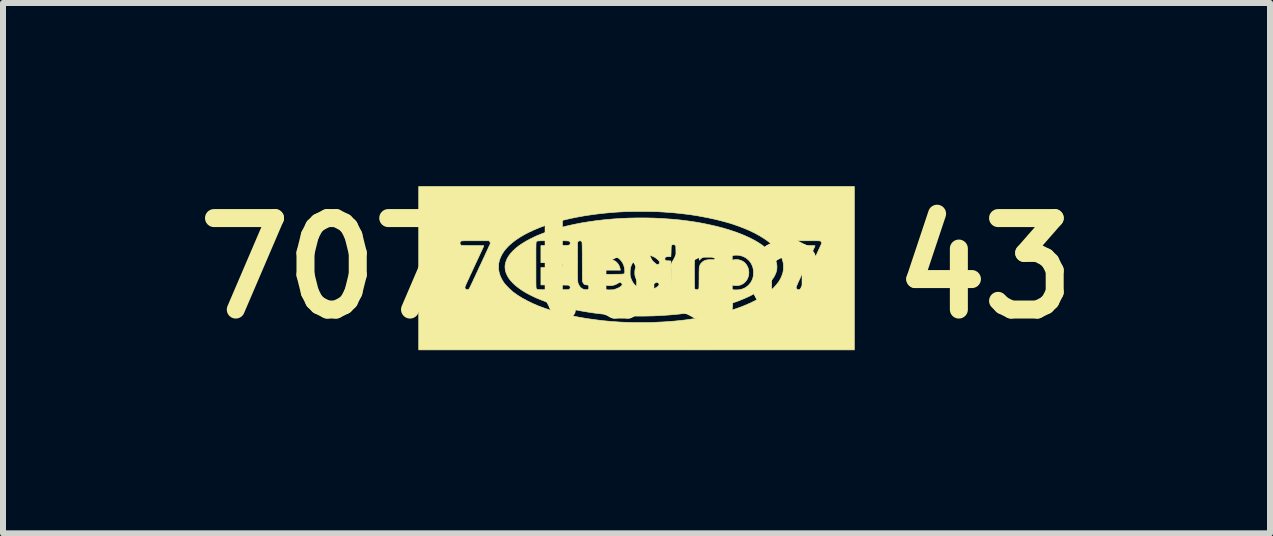
<source format=kicad_pcb>
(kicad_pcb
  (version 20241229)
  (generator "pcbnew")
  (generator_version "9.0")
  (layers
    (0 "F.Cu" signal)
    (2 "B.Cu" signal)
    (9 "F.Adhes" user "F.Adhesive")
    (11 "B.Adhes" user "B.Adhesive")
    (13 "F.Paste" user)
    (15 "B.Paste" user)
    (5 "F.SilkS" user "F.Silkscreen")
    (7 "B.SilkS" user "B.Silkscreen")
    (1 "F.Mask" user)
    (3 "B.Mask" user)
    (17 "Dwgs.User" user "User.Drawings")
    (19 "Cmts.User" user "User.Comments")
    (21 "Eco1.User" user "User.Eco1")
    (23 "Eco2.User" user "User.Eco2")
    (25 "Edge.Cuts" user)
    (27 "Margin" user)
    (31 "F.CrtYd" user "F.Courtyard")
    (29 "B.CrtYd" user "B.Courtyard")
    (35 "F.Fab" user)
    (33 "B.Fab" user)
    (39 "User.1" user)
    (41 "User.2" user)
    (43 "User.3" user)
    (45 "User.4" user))
  (footprint "707 logo 43"
    (layer "F.Cu")
    (at 7.555 1.418)
    (property "Reference" "707 logo 43" (at 0 0 0) (layer "F.SilkS") (effects (font (size 1.524 1.524) (thickness 0.3))))
    (attr through_hole)
    (fp_poly (pts (xy -0.417 -0.142) (xy -0.383 -0.132) (xy -0.353 -0.116) (xy -0.327 -0.094) (xy -0.305 -0.067) (xy -0.288 -0.037) (xy -0.276 -0.002) (xy -0.274 0.007) (xy -0.269 0.033) (xy -0.65 0.033) (xy -0.648 0.016) (xy -0.64 -0.015) (xy -0.626 -0.045) (xy -0.607 -0.073) (xy -0.585 -0.098) (xy -0.56 -0.118) (xy -0.558 -0.119) (xy -0.534 -0.131) (xy -0.505 -0.139) (xy -0.474 -0.144) (xy -0.443 -0.145) (xy -0.417 -0.142)) (stroke (width 0.01) (type solid)) (fill yes) (layer "F.SilkS"))
    (fp_poly (pts (xy 1.683 -0.143) (xy 1.701 -0.14) (xy 1.738 -0.13) (xy 1.772 -0.114) (xy 1.802 -0.092) (xy 1.826 -0.065) (xy 1.846 -0.033) (xy 1.861 0.003) (xy 1.867 0.029) (xy 1.872 0.069) (xy 1.869 0.108) (xy 1.861 0.144) (xy 1.847 0.179) (xy 1.828 0.209) (xy 1.804 0.236) (xy 1.775 0.259) (xy 1.742 0.276) (xy 1.715 0.285) (xy 1.695 0.288) (xy 1.671 0.29) (xy 1.646 0.29) (xy 1.623 0.288) (xy 1.607 0.285) (xy 1.571 0.271) (xy 1.538 0.252) (xy 1.509 0.228) (xy 1.486 0.198) (xy 1.467 0.164) (xy 1.458 0.138) (xy 1.453 0.116) (xy 1.451 0.089) (xy 1.451 0.061) (xy 1.453 0.035) (xy 1.456 0.015) (xy 1.47 -0.022) (xy 1.489 -0.055) (xy 1.512 -0.084) (xy 1.54 -0.107) (xy 1.572 -0.125) (xy 1.607 -0.137) (xy 1.644 -0.143) (xy 1.683 -0.143)) (stroke (width 0.01) (type solid)) (fill yes) (layer "F.SilkS"))
    (fp_poly (pts (xy 3.629 1.361) (xy -3.629 1.361) (xy -3.629 -0.425) (xy -2.941 -0.425) (xy -2.94 -0.409) (xy -2.937 -0.4) (xy -2.93 -0.39) (xy -2.923 -0.383) (xy -2.921 -0.382) (xy -2.917 -0.381) (xy -2.909 -0.38) (xy -2.898 -0.379) (xy -2.881 -0.379) (xy -2.86 -0.378) (xy -2.833 -0.378) (xy -2.801 -0.378) (xy -2.761 -0.377) (xy -2.728 -0.377) (xy -2.685 -0.377) (xy -2.648 -0.377) (xy -2.615 -0.377) (xy -2.588 -0.376) (xy -2.568 -0.376) (xy -2.553 -0.375) (xy -2.545 -0.374) (xy -2.544 -0.374) (xy -2.545 -0.37) (xy -2.549 -0.36) (xy -2.556 -0.345) (xy -2.565 -0.325) (xy -2.576 -0.302) (xy -2.589 -0.274) (xy -2.603 -0.244) (xy -2.618 -0.212) (xy -2.622 -0.202) (xy -2.654 -0.134) (xy -2.683 -0.072) (xy -2.709 -0.016) (xy -2.732 0.034) (xy -2.753 0.079) (xy -2.772 0.119) (xy -2.788 0.155) (xy -2.802 0.185) (xy -2.814 0.212) (xy -2.825 0.235) (xy -2.834 0.254) (xy -2.841 0.271) (xy -2.846 0.284) (xy -2.851 0.295) (xy -2.854 0.303) (xy -2.857 0.31) (xy -2.858 0.314) (xy -2.859 0.318) (xy -2.859 0.32) (xy -2.859 0.32) (xy -2.856 0.336) (xy -2.848 0.348) (xy -2.836 0.355) (xy -2.821 0.358) (xy -2.806 0.356) (xy -2.799 0.352) (xy -2.789 0.343) (xy -2.779 0.328) (xy -2.778 0.324) (xy -2.767 0.301) (xy -2.754 0.274) (xy -2.739 0.243) (xy -2.723 0.209) (xy -2.706 0.171) (xy -2.687 0.132) (xy -2.668 0.09) (xy -2.648 0.048) (xy -2.628 0.004) (xy -2.614 -0.025) (xy -2.3 -0.025) (xy -2.297 0.028) (xy -2.287 0.08) (xy -2.27 0.132) (xy -2.245 0.184) (xy -2.214 0.235) (xy -2.211 0.239) (xy -2.196 0.259) (xy -2.177 0.281) (xy -2.154 0.305) (xy -2.13 0.33) (xy -2.105 0.354) (xy -2.081 0.376) (xy -2.059 0.395) (xy -2.054 0.399) (xy -1.984 0.449) (xy -1.907 0.497) (xy -1.824 0.542) (xy -1.735 0.586) (xy -1.64 0.627) (xy -1.539 0.665) (xy -1.432 0.701) (xy -1.321 0.734) (xy -1.205 0.764) (xy -1.084 0.792) (xy -0.958 0.817) (xy -0.829 0.839) (xy -0.695 0.858) (xy -0.558 0.875) (xy -0.418 0.888) (xy -0.274 0.898) (xy -0.156 0.903) (xy -0.121 0.904) (xy -0.08 0.905) (xy -0.035 0.906) (xy 0.013 0.906) (xy 0.063 0.906) (xy 0.113 0.906) (xy 0.161 0.906) (xy 0.207 0.906) (xy 0.249 0.905) (xy 0.286 0.904) (xy 0.294 0.903) (xy 0.471 0.894) (xy 0.642 0.881) (xy 0.809 0.863) (xy 0.97 0.84) (xy 1.126 0.814) (xy 1.276 0.783) (xy 1.421 0.747) (xy 1.48 0.731) (xy 1.587 0.699) (xy 1.688 0.665) (xy 1.784 0.629) (xy 1.873 0.591) (xy 1.957 0.551) (xy 2.035 0.509) (xy 2.107 0.466) (xy 2.172 0.421) (xy 2.231 0.375) (xy 2.283 0.328) (xy 2.328 0.279) (xy 2.367 0.229) (xy 2.388 0.195) (xy 2.405 0.163) (xy 2.42 0.128) (xy 2.433 0.093) (xy 2.439 0.07) (xy 2.444 0.044) (xy 2.447 0.013) (xy 2.448 -0.02) (xy 2.447 -0.053) (xy 2.444 -0.084) (xy 2.439 -0.11) (xy 2.439 -0.11) (xy 2.424 -0.16) (xy 2.403 -0.208) (xy 2.376 -0.255) (xy 2.343 -0.3) (xy 2.303 -0.346) (xy 2.284 -0.365) (xy 2.257 -0.391) (xy 2.231 -0.415) (xy 2.229 -0.417) (xy 2.576 -0.417) (xy 2.579 -0.405) (xy 2.586 -0.393) (xy 2.595 -0.384) (xy 2.6 -0.381) (xy 2.606 -0.38) (xy 2.618 -0.379) (xy 2.637 -0.379) (xy 2.662 -0.378) (xy 2.691 -0.378) (xy 2.726 -0.378) (xy 2.765 -0.377) (xy 2.793 -0.377) (xy 2.834 -0.377) (xy 2.869 -0.377) (xy 2.897 -0.377) (xy 2.92 -0.377) (xy 2.938 -0.377) (xy 2.952 -0.376) (xy 2.961 -0.376) (xy 2.968 -0.375) (xy 2.972 -0.374) (xy 2.974 -0.373) (xy 2.975 -0.372) (xy 2.974 -0.371) (xy 2.973 -0.367) (xy 2.968 -0.357) (xy 2.961 -0.341) (xy 2.951 -0.32) (xy 2.939 -0.294) (xy 2.925 -0.263) (xy 2.909 -0.229) (xy 2.892 -0.192) (xy 2.873 -0.151) (xy 2.853 -0.108) (xy 2.832 -0.063) (xy 2.817 -0.033) (xy 2.789 0.028) (xy 2.764 0.082) (xy 2.742 0.13) (xy 2.723 0.172) (xy 2.706 0.208) (xy 2.692 0.239) (xy 2.681 0.264) (xy 2.673 0.284) (xy 2.666 0.299) (xy 2.662 0.31) (xy 2.661 0.315) (xy 2.661 0.316) (xy 2.66 0.328) (xy 2.663 0.337) (xy 2.667 0.342) (xy 2.68 0.354) (xy 2.695 0.359) (xy 2.711 0.357) (xy 2.718 0.354) (xy 2.727 0.346) (xy 2.737 0.332) (xy 2.739 0.327) (xy 2.743 0.32) (xy 2.749 0.307) (xy 2.758 0.288) (xy 2.769 0.265) (xy 2.782 0.237) (xy 2.796 0.206) (xy 2.813 0.171) (xy 2.83 0.134) (xy 2.848 0.095) (xy 2.867 0.054) (xy 2.887 0.012) (xy 2.907 -0.031) (xy 2.927 -0.074) (xy 2.947 -0.116) (xy 2.966 -0.158) (xy 2.985 -0.198) (xy 3.003 -0.236) (xy 3.019 -0.272) (xy 3.034 -0.304) (xy 3.048 -0.334) (xy 3.059 -0.359) (xy 3.069 -0.38) (xy 3.076 -0.395) (xy 3.081 -0.405) (xy 3.082 -0.409) (xy 3.083 -0.421) (xy 3.079 -0.434) (xy 3.071 -0.446) (xy 3.067 -0.45) (xy 3.065 -0.451) (xy 3.063 -0.453) (xy 3.059 -0.454) (xy 3.054 -0.455) (xy 3.047 -0.455) (xy 3.037 -0.456) (xy 3.024 -0.456) (xy 3.008 -0.457) (xy 2.987 -0.457) (xy 2.961 -0.457) (xy 2.93 -0.457) (xy 2.893 -0.457) (xy 2.849 -0.457) (xy 2.833 -0.457) (xy 2.786 -0.457) (xy 2.745 -0.457) (xy 2.71 -0.457) (xy 2.681 -0.457) (xy 2.657 -0.456) (xy 2.638 -0.456) (xy 2.622 -0.455) (xy 2.611 -0.454) (xy 2.602 -0.452) (xy 2.595 -0.45) (xy 2.591 -0.448) (xy 2.587 -0.445) (xy 2.585 -0.442) (xy 2.583 -0.438) (xy 2.582 -0.436) (xy 2.578 -0.425) (xy 2.576 -0.417) (xy 2.229 -0.417) (xy 2.205 -0.436) (xy 2.177 -0.458) (xy 2.145 -0.48) (xy 2.128 -0.492) (xy 2.049 -0.541) (xy 1.963 -0.588) (xy 1.871 -0.632) (xy 1.772 -0.673) (xy 1.667 -0.712) (xy 1.556 -0.749) (xy 1.438 -0.782) (xy 1.315 -0.813) (xy 1.186 -0.841) (xy 1.052 -0.866) (xy 1.015 -0.873) (xy 0.938 -0.885) (xy 0.862 -0.896) (xy 0.786 -0.905) (xy 0.708 -0.914) (xy 0.628 -0.922) (xy 0.544 -0.929) (xy 0.455 -0.935) (xy 0.372 -0.94) (xy 0.347 -0.942) (xy 0.317 -0.943) (xy 0.281 -0.943) (xy 0.24 -0.944) (xy 0.196 -0.945) (xy 0.15 -0.945) (xy 0.102 -0.945) (xy 0.053 -0.945) (xy 0.005 -0.945) (xy -0.041 -0.945) (xy -0.086 -0.944) (xy -0.127 -0.944) (xy -0.163 -0.943) (xy -0.195 -0.942) (xy -0.22 -0.941) (xy -0.223 -0.94) (xy -0.318 -0.935) (xy -0.406 -0.928) (xy -0.489 -0.921) (xy -0.569 -0.913) (xy -0.647 -0.904) (xy -0.723 -0.894) (xy -0.799 -0.883) (xy -0.866 -0.873) (xy -0.988 -0.851) (xy -1.106 -0.827) (xy -1.22 -0.8) (xy -1.328 -0.771) (xy -1.432 -0.741) (xy -1.531 -0.708) (xy -1.625 -0.673) (xy -1.713 -0.636) (xy -1.796 -0.597) (xy -1.873 -0.557) (xy -1.944 -0.515) (xy -2.01 -0.471) (xy -2.069 -0.426) (xy -2.122 -0.38) (xy -2.168 -0.332) (xy -2.208 -0.283) (xy -2.24 -0.233) (xy -2.266 -0.181) (xy -2.285 -0.13) (xy -2.296 -0.077) (xy -2.3 -0.025) (xy -2.614 -0.025) (xy -2.607 -0.04) (xy -2.587 -0.083) (xy -2.567 -0.126) (xy -2.548 -0.167) (xy -2.529 -0.207) (xy -2.512 -0.245) (xy -2.496 -0.279) (xy -2.481 -0.311) (xy -2.468 -0.339) (xy -2.458 -0.362) (xy -2.449 -0.38) (xy -2.443 -0.393) (xy -2.44 -0.401) (xy -2.439 -0.402) (xy -2.436 -0.419) (xy -2.439 -0.432) (xy -2.448 -0.446) (xy -2.449 -0.447) (xy -2.46 -0.457) (xy -2.686 -0.457) (xy -2.732 -0.457) (xy -2.771 -0.457) (xy -2.805 -0.457) (xy -2.832 -0.457) (xy -2.855 -0.457) (xy -2.873 -0.456) (xy -2.888 -0.456) (xy -2.899 -0.455) (xy -2.907 -0.455) (xy -2.913 -0.454) (xy -2.917 -0.453) (xy -2.921 -0.452) (xy -2.923 -0.45) (xy -2.924 -0.45) (xy -2.935 -0.439) (xy -2.941 -0.425) (xy -3.629 -0.425) (xy -3.629 -1.361) (xy 3.629 -1.361) (xy 3.629 1.361)) (stroke (width 0.01) (type solid)) (fill yes) (layer "F.SilkS"))
    (fp_poly (pts (xy 0.15 -0.837) (xy 0.291 -0.834) (xy 0.432 -0.827) (xy 0.573 -0.817) (xy 0.626 -0.813) (xy 0.752 -0.8) (xy 0.876 -0.784) (xy 0.996 -0.766) (xy 1.114 -0.745) (xy 1.227 -0.721) (xy 1.337 -0.696) (xy 1.442 -0.668) (xy 1.544 -0.638) (xy 1.64 -0.606) (xy 1.732 -0.572) (xy 1.818 -0.536) (xy 1.899 -0.498) (xy 1.974 -0.459) (xy 2.043 -0.418) (xy 2.105 -0.375) (xy 2.161 -0.331) (xy 2.208 -0.288) (xy 2.248 -0.244) (xy 2.281 -0.2) (xy 2.307 -0.156) (xy 2.325 -0.111) (xy 2.336 -0.067) (xy 2.34 -0.022) (xy 2.337 0.023) (xy 2.326 0.068) (xy 2.308 0.112) (xy 2.283 0.157) (xy 2.251 0.201) (xy 2.211 0.245) (xy 2.21 0.247) (xy 2.168 0.286) (xy 2.123 0.323) (xy 2.072 0.359) (xy 2.016 0.394) (xy 1.955 0.429) (xy 1.886 0.464) (xy 1.881 0.467) (xy 1.788 0.509) (xy 1.688 0.549) (xy 1.582 0.586) (xy 1.47 0.62) (xy 1.353 0.652) (xy 1.231 0.681) (xy 1.105 0.706) (xy 0.975 0.729) (xy 0.842 0.749) (xy 0.705 0.765) (xy 0.565 0.778) (xy 0.424 0.788) (xy 0.28 0.795) (xy 0.134 0.798) (xy -0.013 0.798) (xy -0.149 0.794) (xy -0.286 0.788) (xy -0.422 0.778) (xy -0.555 0.765) (xy -0.686 0.75) (xy -0.813 0.731) (xy -0.937 0.71) (xy -1.058 0.686) (xy -1.174 0.659) (xy -1.286 0.63) (xy -1.393 0.599) (xy -1.495 0.565) (xy -1.592 0.528) (xy -1.683 0.49) (xy -1.768 0.449) (xy -1.847 0.407) (xy -1.905 0.371) (xy -1.964 0.33) (xy -2.017 0.288) (xy -2.063 0.245) (xy -2.102 0.202) (xy -2.134 0.158) (xy -2.159 0.113) (xy -2.177 0.069) (xy -2.186 0.033) (xy -2.191 -0.01) (xy -2.19 -0.049) (xy -1.676 -0.049) (xy -1.676 0.012) (xy -1.676 0.066) (xy -1.676 0.113) (xy -1.676 0.154) (xy -1.676 0.19) (xy -1.676 0.221) (xy -1.676 0.247) (xy -1.675 0.268) (xy -1.675 0.286) (xy -1.675 0.3) (xy -1.674 0.311) (xy -1.674 0.32) (xy -1.673 0.326) (xy -1.672 0.331) (xy -1.671 0.334) (xy -1.67 0.336) (xy -1.669 0.34) (xy -1.667 0.344) (xy -1.664 0.347) (xy -1.661 0.35) (xy -1.656 0.352) (xy -1.65 0.354) (xy -1.641 0.356) (xy -1.629 0.357) (xy -1.614 0.358) (xy -1.594 0.358) (xy -1.571 0.359) (xy -1.542 0.359) (xy -1.508 0.359) (xy -1.468 0.359) (xy -1.421 0.359) (xy -1.39 0.359) (xy -1.34 0.359) (xy -1.298 0.359) (xy -1.262 0.359) (xy -1.231 0.359) (xy -1.205 0.359) (xy -1.185 0.359) (xy -1.168 0.358) (xy -1.155 0.358) (xy -1.145 0.357) (xy -1.137 0.357) (xy -1.132 0.356) (xy -1.128 0.355) (xy -1.125 0.354) (xy -1.122 0.352) (xy -1.122 0.352) (xy -1.111 0.341) (xy -1.105 0.328) (xy -1.105 0.314) (xy -1.112 0.3) (xy -1.122 0.289) (xy -1.125 0.287) (xy -1.127 0.286) (xy -1.131 0.285) (xy -1.135 0.284) (xy -1.142 0.283) (xy -1.152 0.282) (xy -1.164 0.282) (xy -1.18 0.282) (xy -1.2 0.281) (xy -1.225 0.281) (xy -1.256 0.281) (xy -1.292 0.281) (xy -1.334 0.28) (xy -1.363 0.28) (xy -1.593 0.279) (xy -1.593 -0.011) (xy -1.426 -0.011) (xy -1.386 -0.011) (xy -1.352 -0.011) (xy -1.325 -0.011) (xy -1.303 -0.012) (xy -1.285 -0.012) (xy -1.272 -0.013) (xy -1.262 -0.013) (xy -1.255 -0.014) (xy -1.251 -0.015) (xy -1.248 -0.016) (xy -1.237 -0.025) (xy -1.23 -0.038) (xy -1.226 -0.051) (xy -1.226 -0.051) (xy -1.23 -0.064) (xy -1.237 -0.076) (xy -1.248 -0.085) (xy -1.248 -0.085) (xy -1.252 -0.087) (xy -1.257 -0.088) (xy -1.264 -0.089) (xy -1.275 -0.089) (xy -1.289 -0.09) (xy -1.307 -0.09) (xy -1.33 -0.09) (xy -1.359 -0.091) (xy -1.394 -0.091) (xy -1.426 -0.091) (xy -1.593 -0.091) (xy -1.593 -0.377) (xy -1.362 -0.378) (xy -1.314 -0.378) (xy -1.273 -0.379) (xy -1.238 -0.379) (xy -1.208 -0.379) (xy -1.184 -0.38) (xy -1.165 -0.38) (xy -1.149 -0.381) (xy -1.137 -0.382) (xy -1.128 -0.384) (xy -1.122 -0.386) (xy -1.117 -0.388) (xy -1.114 -0.391) (xy -1.112 -0.394) (xy -1.11 -0.398) (xy -1.108 -0.403) (xy -1.104 -0.412) (xy -1.104 -0.42) (xy -1.107 -0.43) (xy -1.108 -0.432) (xy -0.983 -0.432) (xy -0.983 -0.112) (xy -0.983 -0.054) (xy -0.983 -0.003) (xy -0.983 0.042) (xy -0.983 0.081) (xy -0.983 0.114) (xy -0.982 0.143) (xy -0.982 0.168) (xy -0.981 0.188) (xy -0.98 0.205) (xy -0.979 0.219) (xy -0.978 0.231) (xy -0.976 0.24) (xy -0.974 0.249) (xy -0.972 0.256) (xy -0.969 0.263) (xy -0.966 0.269) (xy -0.962 0.276) (xy -0.962 0.277) (xy -0.945 0.306) (xy -0.924 0.328) (xy -0.899 0.345) (xy -0.877 0.354) (xy -0.861 0.357) (xy -0.842 0.359) (xy -0.824 0.358) (xy -0.809 0.356) (xy -0.804 0.354) (xy -0.794 0.348) (xy -0.786 0.341) (xy -0.786 0.341) (xy -0.781 0.328) (xy -0.781 0.312) (xy -0.785 0.298) (xy -0.789 0.292) (xy -0.793 0.287) (xy -0.799 0.284) (xy -0.806 0.282) (xy -0.819 0.28) (xy -0.828 0.279) (xy -0.849 0.277) (xy -0.864 0.272) (xy -0.876 0.264) (xy -0.885 0.252) (xy -0.891 0.24) (xy -0.902 0.22) (xy -0.902 0.087) (xy -0.729 0.087) (xy -0.727 0.112) (xy -0.725 0.133) (xy -0.725 0.133) (xy -0.713 0.177) (xy -0.695 0.218) (xy -0.671 0.255) (xy -0.642 0.287) (xy -0.609 0.315) (xy -0.57 0.337) (xy -0.555 0.344) (xy -0.532 0.352) (xy -0.509 0.357) (xy -0.484 0.361) (xy -0.455 0.362) (xy -0.435 0.361) (xy -0.413 0.361) (xy -0.397 0.36) (xy -0.383 0.358) (xy -0.37 0.355) (xy -0.356 0.35) (xy -0.328 0.34) (xy -0.303 0.329) (xy -0.28 0.317) (xy -0.262 0.304) (xy -0.249 0.292) (xy -0.241 0.281) (xy -0.239 0.274) (xy -0.243 0.26) (xy -0.251 0.248) (xy -0.262 0.239) (xy -0.276 0.237) (xy -0.282 0.237) (xy -0.291 0.241) (xy -0.302 0.247) (xy -0.31 0.252) (xy -0.345 0.271) (xy -0.38 0.283) (xy -0.418 0.29) (xy -0.443 0.291) (xy -0.479 0.289) (xy -0.511 0.282) (xy -0.54 0.27) (xy -0.546 0.267) (xy -0.567 0.254) (xy -0.589 0.236) (xy -0.608 0.216) (xy -0.621 0.2) (xy -0.63 0.182) (xy -0.639 0.16) (xy -0.647 0.137) (xy -0.651 0.117) (xy -0.654 0.102) (xy -0.444 0.102) (xy -0.394 0.102) (xy -0.35 0.101) (xy -0.312 0.101) (xy -0.28 0.101) (xy -0.255 0.1) (xy -0.236 0.099) (xy -0.224 0.098) (xy -0.22 0.098) (xy -0.209 0.093) (xy -0.207 0.091) (xy -0.107 0.091) (xy -0.106 0.117) (xy -0.103 0.139) (xy -0.101 0.147) (xy -0.085 0.192) (xy -0.064 0.233) (xy -0.038 0.269) (xy -0.007 0.299) (xy 0.028 0.325) (xy 0.066 0.344) (xy 0.109 0.357) (xy 0.111 0.357) (xy 0.133 0.361) (xy 0.16 0.362) (xy 0.189 0.362) (xy 0.217 0.361) (xy 0.241 0.357) (xy 0.25 0.356) (xy 0.282 0.345) (xy 0.313 0.331) (xy 0.341 0.315) (xy 0.363 0.296) (xy 0.364 0.294) (xy 0.374 0.281) (xy 0.375 0.267) (xy 0.37 0.254) (xy 0.364 0.246) (xy 0.352 0.239) (xy 0.341 0.236) (xy 0.328 0.238) (xy 0.313 0.246) (xy 0.303 0.252) (xy 0.276 0.269) (xy 0.249 0.28) (xy 0.221 0.287) (xy 0.192 0.289) (xy 0.163 0.29) (xy 0.137 0.287) (xy 0.114 0.282) (xy 0.091 0.273) (xy 0.081 0.269) (xy 0.051 0.25) (xy 0.024 0.225) (xy 0.002 0.196) (xy -0.014 0.163) (xy -0.024 0.132) (xy -0.028 0.106) (xy -0.029 0.076) (xy -0.028 0.046) (xy -0.024 0.018) (xy -0.022 0.006) (xy -0.009 -0.031) (xy 0.009 -0.064) (xy 0.032 -0.091) (xy 0.06 -0.113) (xy 0.091 -0.129) (xy 0.127 -0.14) (xy 0.142 -0.142) (xy 0.18 -0.144) (xy 0.215 -0.138) (xy 0.249 -0.127) (xy 0.281 -0.108) (xy 0.306 -0.087) (xy 0.319 -0.076) (xy 0.328 -0.068) (xy 0.336 -0.064) (xy 0.342 -0.062) (xy 0.349 -0.062) (xy 0.361 -0.063) (xy 0.371 -0.069) (xy 0.374 -0.072) (xy 0.382 -0.084) (xy 0.384 -0.096) (xy 0.381 -0.11) (xy 0.371 -0.125) (xy 0.354 -0.142) (xy 0.34 -0.155) (xy 0.472 -0.155) (xy 0.475 -0.142) (xy 0.481 -0.133) (xy 0.487 -0.128) (xy 0.493 -0.125) (xy 0.502 -0.124) (xy 0.515 -0.123) (xy 0.518 -0.123) (xy 0.534 -0.123) (xy 0.549 -0.122) (xy 0.559 -0.121) (xy 0.559 -0.121) (xy 0.573 -0.119) (xy 0.574 0.036) (xy 0.575 0.075) (xy 0.575 0.108) (xy 0.576 0.135) (xy 0.577 0.157) (xy 0.577 0.175) (xy 0.578 0.188) (xy 0.579 0.199) (xy 0.581 0.208) (xy 0.582 0.214) (xy 0.594 0.248) (xy 0.612 0.279) (xy 0.636 0.306) (xy 0.663 0.328) (xy 0.694 0.345) (xy 0.721 0.354) (xy 0.737 0.356) (xy 0.758 0.358) (xy 0.775 0.358) (xy 0.792 0.358) (xy 0.802 0.357) (xy 0.81 0.355) (xy 0.815 0.351) (xy 0.818 0.348) (xy 0.829 0.336) (xy 0.833 0.323) (xy 0.831 0.308) (xy 0.825 0.294) (xy 0.815 0.285) (xy 0.801 0.281) (xy 0.784 0.279) (xy 0.751 0.277) (xy 0.723 0.269) (xy 0.7 0.256) (xy 0.682 0.237) (xy 0.668 0.213) (xy 0.664 0.204) (xy 0.662 0.199) (xy 0.661 0.194) (xy 0.66 0.187) (xy 0.659 0.179) (xy 0.658 0.168) (xy 0.657 0.154) (xy 0.657 0.137) (xy 0.657 0.114) (xy 0.657 0.086) (xy 0.657 0.067) (xy 0.965 0.067) (xy 0.965 0.106) (xy 0.965 0.144) (xy 0.965 0.18) (xy 0.966 0.215) (xy 0.966 0.247) (xy 0.966 0.275) (xy 0.967 0.3) (xy 0.967 0.319) (xy 0.968 0.333) (xy 0.969 0.341) (xy 0.969 0.342) (xy 0.976 0.349) (xy 0.987 0.355) (xy 1 0.359) (xy 1.004 0.359) (xy 1.014 0.358) (xy 1.023 0.354) (xy 1.032 0.348) (xy 1.038 0.341) (xy 1.039 0.336) (xy 1.04 0.323) (xy 1.04 0.304) (xy 1.041 0.278) (xy 1.041 0.246) (xy 1.041 0.208) (xy 1.042 0.175) (xy 1.042 0.141) (xy 1.042 0.108) (xy 1.042 0.078) (xy 1.372 0.078) (xy 1.373 0.089) (xy 1.375 0.118) (xy 1.378 0.143) (xy 1.384 0.166) (xy 1.393 0.189) (xy 1.402 0.209) (xy 1.425 0.247) (xy 1.453 0.281) (xy 1.486 0.309) (xy 1.524 0.332) (xy 1.566 0.349) (xy 1.597 0.358) (xy 1.615 0.36) (xy 1.638 0.362) (xy 1.664 0.362) (xy 1.69 0.361) (xy 1.713 0.359) (xy 1.726 0.357) (xy 1.769 0.345) (xy 1.809 0.327) (xy 1.844 0.303) (xy 1.875 0.274) (xy 1.901 0.242) (xy 1.922 0.205) (xy 1.938 0.165) (xy 1.947 0.122) (xy 1.95 0.077) (xy 1.948 0.039) (xy 1.94 -0.006) (xy 1.925 -0.048) (xy 1.905 -0.087) (xy 1.878 -0.123) (xy 1.846 -0.153) (xy 1.822 -0.171) (xy 1.784 -0.192) (xy 1.744 -0.206) (xy 1.702 -0.215) (xy 1.659 -0.217) (xy 1.616 -0.214) (xy 1.574 -0.205) (xy 1.534 -0.19) (xy 1.497 -0.169) (xy 1.463 -0.144) (xy 1.449 -0.13) (xy 1.421 -0.095) (xy 1.399 -0.057) (xy 1.384 -0.015) (xy 1.375 0.029) (xy 1.372 0.078) (xy 1.042 0.078) (xy 1.042 0.077) (xy 1.043 0.049) (xy 1.043 0.025) (xy 1.044 0.006) (xy 1.045 -0.007) (xy 1.045 -0.011) (xy 1.052 -0.04) (xy 1.063 -0.066) (xy 1.081 -0.088) (xy 1.086 -0.093) (xy 1.106 -0.11) (xy 1.126 -0.123) (xy 1.149 -0.132) (xy 1.174 -0.138) (xy 1.205 -0.141) (xy 1.241 -0.142) (xy 1.244 -0.142) (xy 1.265 -0.142) (xy 1.281 -0.142) (xy 1.291 -0.143) (xy 1.298 -0.144) (xy 1.303 -0.146) (xy 1.306 -0.149) (xy 1.306 -0.149) (xy 1.314 -0.161) (xy 1.317 -0.176) (xy 1.315 -0.185) (xy 1.307 -0.197) (xy 1.293 -0.206) (xy 1.272 -0.213) (xy 1.246 -0.217) (xy 1.222 -0.218) (xy 1.182 -0.214) (xy 1.145 -0.204) (xy 1.11 -0.187) (xy 1.079 -0.164) (xy 1.07 -0.156) (xy 1.046 -0.132) (xy 1.044 -0.16) (xy 1.041 -0.181) (xy 1.036 -0.196) (xy 1.029 -0.205) (xy 1.018 -0.21) (xy 1.003 -0.211) (xy 0.986 -0.209) (xy 0.975 -0.202) (xy 0.969 -0.193) (xy 0.968 -0.188) (xy 0.968 -0.176) (xy 0.967 -0.159) (xy 0.967 -0.136) (xy 0.966 -0.109) (xy 0.966 -0.078) (xy 0.965 -0.044) (xy 0.965 -0.008) (xy 0.965 0.029) (xy 0.965 0.067) (xy 0.657 0.067) (xy 0.657 0.052) (xy 0.657 0.033) (xy 0.657 -0.12) (xy 0.699 -0.12) (xy 0.73 -0.12) (xy 0.755 -0.122) (xy 0.773 -0.123) (xy 0.787 -0.126) (xy 0.796 -0.13) (xy 0.802 -0.134) (xy 0.802 -0.134) (xy 0.808 -0.147) (xy 0.809 -0.161) (xy 0.805 -0.174) (xy 0.805 -0.175) (xy 0.801 -0.181) (xy 0.794 -0.185) (xy 0.784 -0.189) (xy 0.769 -0.191) (xy 0.749 -0.192) (xy 0.724 -0.192) (xy 0.717 -0.192) (xy 0.657 -0.192) (xy 0.656 -0.281) (xy 0.656 -0.309) (xy 0.655 -0.33) (xy 0.655 -0.346) (xy 0.654 -0.358) (xy 0.653 -0.366) (xy 0.652 -0.371) (xy 0.65 -0.375) (xy 0.648 -0.377) (xy 0.635 -0.388) (xy 0.619 -0.393) (xy 0.604 -0.393) (xy 0.591 -0.387) (xy 0.584 -0.38) (xy 0.58 -0.37) (xy 0.578 -0.355) (xy 0.577 -0.337) (xy 0.577 -0.322) (xy 0.576 -0.302) (xy 0.576 -0.28) (xy 0.575 -0.257) (xy 0.575 -0.249) (xy 0.572 -0.192) (xy 0.538 -0.192) (xy 0.514 -0.191) (xy 0.496 -0.188) (xy 0.483 -0.182) (xy 0.475 -0.174) (xy 0.472 -0.162) (xy 0.472 -0.155) (xy 0.34 -0.155) (xy 0.332 -0.161) (xy 0.3 -0.183) (xy 0.266 -0.199) (xy 0.23 -0.21) (xy 0.189 -0.215) (xy 0.167 -0.216) (xy 0.123 -0.213) (xy 0.083 -0.205) (xy 0.047 -0.192) (xy 0.013 -0.172) (xy -0.018 -0.146) (xy -0.021 -0.144) (xy -0.05 -0.111) (xy -0.074 -0.074) (xy -0.092 -0.033) (xy -0.099 -0.01) (xy -0.103 0.011) (xy -0.106 0.036) (xy -0.107 0.064) (xy -0.107 0.091) (xy -0.207 0.091) (xy -0.201 0.085) (xy -0.197 0.074) (xy -0.196 0.056) (xy -0.196 0.048) (xy -0.2 0.003) (xy -0.21 -0.039) (xy -0.226 -0.078) (xy -0.248 -0.113) (xy -0.274 -0.144) (xy -0.306 -0.171) (xy -0.341 -0.192) (xy -0.38 -0.207) (xy -0.388 -0.209) (xy -0.408 -0.213) (xy -0.432 -0.215) (xy -0.459 -0.216) (xy -0.485 -0.215) (xy -0.509 -0.213) (xy -0.526 -0.209) (xy -0.569 -0.195) (xy -0.607 -0.174) (xy -0.64 -0.148) (xy -0.668 -0.117) (xy -0.692 -0.08) (xy -0.711 -0.038) (xy -0.721 -0.007) (xy -0.725 0.011) (xy -0.727 0.035) (xy -0.728 0.061) (xy -0.729 0.087) (xy -0.902 0.087) (xy -0.904 -0.105) (xy -0.904 -0.161) (xy -0.904 -0.211) (xy -0.904 -0.254) (xy -0.905 -0.291) (xy -0.905 -0.322) (xy -0.905 -0.349) (xy -0.906 -0.371) (xy -0.906 -0.389) (xy -0.907 -0.404) (xy -0.907 -0.415) (xy -0.908 -0.423) (xy -0.909 -0.43) (xy -0.909 -0.434) (xy -0.91 -0.437) (xy -0.911 -0.44) (xy -0.912 -0.44) (xy -0.923 -0.451) (xy -0.937 -0.456) (xy -0.951 -0.456) (xy -0.966 -0.449) (xy -0.973 -0.443) (xy -0.983 -0.432) (xy -1.108 -0.432) (xy -1.109 -0.435) (xy -1.11 -0.439) (xy -1.113 -0.443) (xy -1.116 -0.446) (xy -1.12 -0.449) (xy -1.126 -0.451) (xy -1.135 -0.453) (xy -1.147 -0.454) (xy -1.162 -0.455) (xy -1.181 -0.456) (xy -1.205 -0.457) (xy -1.233 -0.457) (xy -1.267 -0.457) (xy -1.307 -0.457) (xy -1.353 -0.457) (xy -1.389 -0.457) (xy -1.44 -0.457) (xy -1.484 -0.457) (xy -1.522 -0.457) (xy -1.554 -0.457) (xy -1.581 -0.457) (xy -1.603 -0.456) (xy -1.621 -0.455) (xy -1.635 -0.454) (xy -1.646 -0.453) (xy -1.654 -0.451) (xy -1.66 -0.449) (xy -1.664 -0.446) (xy -1.667 -0.443) (xy -1.669 -0.44) (xy -1.67 -0.436) (xy -1.671 -0.434) (xy -1.672 -0.431) (xy -1.673 -0.426) (xy -1.673 -0.42) (xy -1.674 -0.411) (xy -1.675 -0.399) (xy -1.675 -0.384) (xy -1.675 -0.365) (xy -1.676 -0.342) (xy -1.676 -0.315) (xy -1.676 -0.282) (xy -1.676 -0.244) (xy -1.676 -0.201) (xy -1.676 -0.152) (xy -1.676 -0.096) (xy -1.676 -0.049) (xy -2.19 -0.049) (xy -2.19 -0.051) (xy -2.181 -0.093) (xy -2.166 -0.135) (xy -2.158 -0.154) (xy -2.132 -0.2) (xy -2.099 -0.244) (xy -2.06 -0.287) (xy -2.014 -0.33) (xy -1.962 -0.372) (xy -1.915 -0.404) (xy -1.841 -0.45) (xy -1.76 -0.493) (xy -1.673 -0.535) (xy -1.58 -0.573) (xy -1.481 -0.61) (xy -1.377 -0.644) (xy -1.269 -0.675) (xy -1.156 -0.704) (xy -1.038 -0.73) (xy -0.917 -0.754) (xy -0.792 -0.774) (xy -0.664 -0.792) (xy -0.534 -0.807) (xy -0.4 -0.819) (xy -0.265 -0.828) (xy -0.128 -0.834) (xy 0.011 -0.837) (xy 0.15 -0.837)) (stroke (width 0.01) (type solid)) (fill yes) (layer "F.SilkS")))
  (gr_rect
    (start -3 -3)
    (end 18.109 5.836)
    (stroke (width 0.1) (type default))
    (fill no)
    (layer "Edge.Cuts")))
</source>
